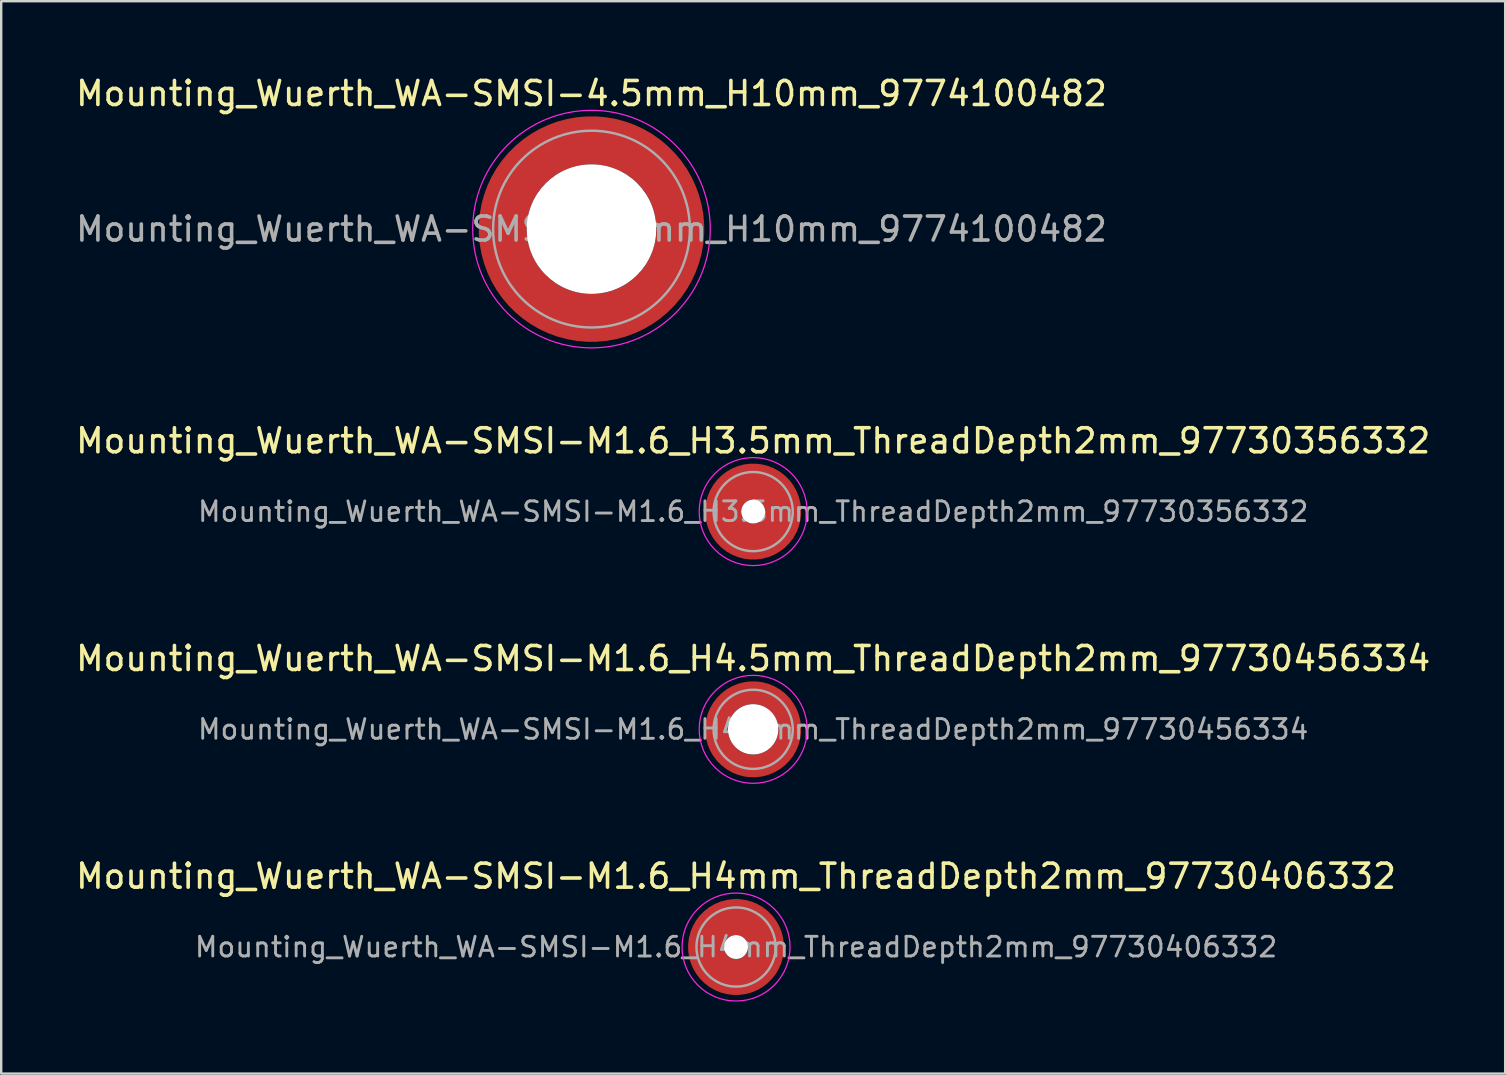
<source format=kicad_pcb>
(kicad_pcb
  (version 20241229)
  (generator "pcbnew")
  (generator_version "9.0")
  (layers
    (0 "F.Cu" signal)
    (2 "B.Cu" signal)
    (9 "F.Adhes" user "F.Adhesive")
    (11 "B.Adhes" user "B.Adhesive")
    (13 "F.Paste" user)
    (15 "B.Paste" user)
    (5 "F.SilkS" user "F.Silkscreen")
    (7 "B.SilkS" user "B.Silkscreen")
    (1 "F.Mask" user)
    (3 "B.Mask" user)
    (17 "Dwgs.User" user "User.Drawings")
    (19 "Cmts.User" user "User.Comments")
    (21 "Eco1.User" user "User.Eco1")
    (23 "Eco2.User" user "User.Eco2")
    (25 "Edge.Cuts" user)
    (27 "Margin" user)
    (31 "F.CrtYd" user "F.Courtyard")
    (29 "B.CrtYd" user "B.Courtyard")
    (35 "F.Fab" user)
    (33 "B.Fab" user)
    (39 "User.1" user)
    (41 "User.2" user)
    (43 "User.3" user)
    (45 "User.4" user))
  (footprint "Mounting_Wuerth_WA-SMSI-M1.6_H3.5mm_ThreadDepth2mm_97730356332"
    (layer "F.Cu")
    (at 28.339 18.271)
    (property "Reference" "Mounting_Wuerth_WA-SMSI-M1.6_H3.5mm_ThreadDepth2mm_97730356332" (at 0 -2.95 0) (layer "F.SilkS") (effects (font (size 1 1) (thickness 0.15))))
    (attr smd)
    (fp_circle (center 0 0) (end 2.25 0) (stroke (width 0.05) (type solid)) (fill no) (layer "F.CrtYd"))
    (fp_circle (center 0 0) (end 1.65 0) (stroke (width 0.1) (type solid)) (fill no) (layer "F.Fab"))
    (fp_text user "${REFERENCE}" (at 0 0 0) (layer "F.Fab") (effects (font (size 0.82 0.82) (thickness 0.12))))
    (pad "" smd custom (at 0 -1.25) (size 0.9 0.9) (layers "F.Paste") (options (anchor circle)) (primitives (gr_arc (start -0.259808 0.6) (mid -0.00045 0.55) (end 0.258972 0.599667) (width 0.2)) (gr_arc (start -0.466369 0.6) (mid -0.000127 0.45) (end 0.466163 0.599852) (width 0.2)) (gr_arc (start -0.622495 0.6) (mid -0.000185 0.35) (end 0.622228 0.599745) (width 0.2)) (gr_arc (start -0.759934 0.6) (mid -0.000146 0.25) (end 0.759744 0.599777) (width 0.2)) (gr_arc (start -0.887412 0.6) (mid -0.000546 0.15) (end 0.886766 0.599119) (width 0.2)) (gr_arc (start -1.008712 0.6) (mid -0.000059 0.05) (end 1.008648 0.5999) (width 0.2)) (gr_arc (start -1.125833 0.6) (mid -0.001134 -0.049999) (end 1.124697 0.598036) (width 0.2)) (gr_arc (start -1.23996 0.6) (mid -0.00088 -0.15) (end 1.239142 0.598442) (width 0.2)) (gr_arc (start -1.351851 0.6) (mid -0.000542 -0.25) (end 1.351381 0.599023) (width 0.2)) (gr_arc (start -1.462019 0.6) (mid -0.000852 -0.35) (end 1.461326 0.598443) (width 0.2)) (gr_arc (start -1.570828 0.6) (mid -0.000608 -0.45) (end 1.570363 0.598876) (width 0.2)) (gr_arc (start -1.678541 0.6) (mid -0.000991 -0.55) (end 1.677824 0.598152) (width 0.2)) (gr_line (start 0.26 0.6) (end 1.679 0.6) (width 0.2)) (gr_line (start -0.26 0.6) (end -1.679 0.6) (width 0.2))))
    (pad "" np_thru_hole circle (at 0 0) (size 1 1) (drill 1) (layers "*.Cu" "*.Mask"))
    (pad "" smd custom (at 0 1.25) (size 0.9 0.9) (layers "F.Paste") (options (anchor circle)) (primitives (gr_arc (start 0.259808 -0.6) (mid 0.00045 -0.55) (end -0.258972 -0.599667) (width 0.2)) (gr_arc (start 0.466369 -0.6) (mid 0.000127 -0.45) (end -0.466163 -0.599852) (width 0.2)) (gr_arc (start 0.622495 -0.6) (mid 0.000185 -0.35) (end -0.622228 -0.599745) (width 0.2)) (gr_arc (start 0.759934 -0.6) (mid 0.000146 -0.25) (end -0.759744 -0.599777) (width 0.2)) (gr_arc (start 0.887412 -0.6) (mid 0.000546 -0.15) (end -0.886766 -0.599119) (width 0.2)) (gr_arc (start 1.008712 -0.6) (mid 0.000059 -0.05) (end -1.008648 -0.5999) (width 0.2)) (gr_arc (start 1.125833 -0.6) (mid 0.001134 0.049999) (end -1.124697 -0.598036) (width 0.2)) (gr_arc (start 1.23996 -0.6) (mid 0.00088 0.15) (end -1.239142 -0.598442) (width 0.2)) (gr_arc (start 1.351851 -0.6) (mid 0.000542 0.25) (end -1.351381 -0.599023) (width 0.2)) (gr_arc (start 1.462019 -0.6) (mid 0.000852 0.35) (end -1.461326 -0.598443) (width 0.2)) (gr_arc (start 1.570828 -0.6) (mid 0.000608 0.45) (end -1.570363 -0.598876) (width 0.2)) (gr_arc (start 1.678541 -0.6) (mid 0.000991 0.55) (end -1.677824 -0.598152) (width 0.2)) (gr_line (start -0.26 -0.6) (end -1.679 -0.6) (width 0.2)) (gr_line (start 0.26 -0.6) (end 1.679 -0.6) (width 0.2))))
    (pad "1" smd circle (at -1.25 0) (size 1.1 1.1) (layers "F.Cu"))
    (pad "1" smd circle (at 0 -1.25) (size 1.1 1.1) (layers "F.Cu"))
    (pad "1" smd circle (at 0 1.25) (size 1.1 1.1) (layers "F.Cu"))
    (pad "1" smd custom (at 1.25 0) (size 1.1 1.1) (layers "F.Cu" "F.Mask") (options (anchor circle)) (primitives (gr_circle (center -1.25 0) (end 0 0) (width 1.5) (fill no)))))
  (footprint "Mounting_Wuerth_WA-SMSI-4.5mm_H10mm_9774100482"
    (layer "F.Cu")
    (at 21.601 6.498)
    (property "Reference" "Mounting_Wuerth_WA-SMSI-4.5mm_H10mm_9774100482" (at 0 -5.65 0) (layer "F.SilkS") (effects (font (size 1 1) (thickness 0.15))))
    (attr smd)
    (fp_circle (center 0 0) (end 4.95 0) (stroke (width 0.05) (type solid)) (fill no) (layer "F.CrtYd"))
    (fp_circle (center 0 0) (end 4.1 0) (stroke (width 0.1) (type solid)) (fill no) (layer "F.Fab"))
    (fp_text user "${REFERENCE}" (at 0 0 0) (layer "F.Fab") (effects (font (size 1 1) (thickness 0.15))))
    (pad "" smd custom (at -2.607 -2.607) (size 1.495 1.495) (layers "F.Paste") (options (anchor circle)) (primitives (gr_arc (start -0.188183 2.107456) (mid 0.598928 0.599619) (end 2.106494 -0.188011) (width 0.2)) (gr_arc (start -0.289416 2.107456) (mid 0.528508 0.529033) (end 2.106724 -0.28929) (width 0.2)) (gr_arc (start -0.390547 2.107456) (mid 0.457087 0.459449) (end 2.104161 -0.389996) (width 0.2)) (gr_arc (start -0.491585 2.107456) (mid 0.386415 0.389116) (end 2.103685 -0.490974) (width 0.2)) (gr_arc (start -0.59254 2.107456) (mid 0.31649 0.318035) (end 2.105297 -0.592202) (width 0.2)) (gr_arc (start -0.693419 2.107456) (mid 0.245252 0.248268) (end 2.103239 -0.692777) (width 0.2)) (gr_arc (start -0.794229 2.107456) (mid 0.174636 0.177878) (end 2.102921 -0.793559) (width 0.2)) (gr_arc (start -0.894975 2.107456) (mid 0.104643 0.106866) (end 2.104343 -0.894529) (width 0.2)) (gr_arc (start -0.995664 2.107456) (mid 0.033026 0.037479) (end 2.101219 -0.994793) (width 0.2)) (gr_arc (start -1.0963 2.107456) (mid -0.035789 -0.034714) (end 2.105949 -1.096096) (width 0.2)) (gr_arc (start -1.196886 2.107456) (mid -0.106351 -0.105157) (end 2.105783 -1.196666) (width 0.2)) (gr_arc (start -1.297427 2.107456) (mid -0.176416 -0.176097) (end 2.107009 -1.29737) (width 0.2)) (gr_arc (start -1.397927 2.107456) (mid -0.248476 -0.245042) (end 2.102638 -1.397323) (width 0.2)) (gr_arc (start -1.498388 2.107456) (mid -0.317612 -0.316913) (end 2.106475 -1.498268) (width 0.2)) (gr_arc (start -1.598813 2.107456) (mid -0.388865 -0.386665) (end 2.104366 -1.598444) (width 0.2)) (gr_arc (start -1.699204 2.107456) (mid -0.459747 -0.456787) (end 2.103299 -1.698719) (width 0.2)) (gr_arc (start -1.799565 2.107456) (mid -0.530257 -0.527283) (end 2.103277 -1.799089) (width 0.2)) (gr_arc (start -1.899896 2.107456) (mid -0.600396 -0.59815) (end 2.104299 -1.899545) (width 0.2)) (gr_arc (start -1.899896 2.107456) (mid -0.600396 -0.59815) (end 2.104299 -1.899545) (width 0.2)) (gr_line (start 2.107 -0.188) (end 2.107 -1.9) (width 0.2)) (gr_line (start -0.188 2.107) (end -1.9 2.107) (width 0.2))))
    (pad "" smd custom (at -2.607 2.607) (size 1.495 1.495) (layers "F.Paste") (options (anchor circle)) (primitives (gr_arc (start 2.107456 0.188183) (mid 0.599619 -0.598928) (end -0.188011 -2.106494) (width 0.2)) (gr_arc (start 2.107456 0.289416) (mid 0.529033 -0.528508) (end -0.28929 -2.106724) (width 0.2)) (gr_arc (start 2.107456 0.390547) (mid 0.459449 -0.457087) (end -0.389996 -2.104161) (width 0.2)) (gr_arc (start 2.107456 0.491585) (mid 0.389116 -0.386415) (end -0.490974 -2.103685) (width 0.2)) (gr_arc (start 2.107456 0.59254) (mid 0.318035 -0.31649) (end -0.592202 -2.105297) (width 0.2)) (gr_arc (start 2.107456 0.693419) (mid 0.248268 -0.245252) (end -0.692777 -2.103239) (width 0.2)) (gr_arc (start 2.107456 0.794229) (mid 0.177878 -0.174636) (end -0.793559 -2.102921) (width 0.2)) (gr_arc (start 2.107456 0.894975) (mid 0.106866 -0.104643) (end -0.894529 -2.104343) (width 0.2)) (gr_arc (start 2.107456 0.995664) (mid 0.037479 -0.033026) (end -0.994793 -2.101219) (width 0.2)) (gr_arc (start 2.107456 1.0963) (mid -0.034714 0.035789) (end -1.096096 -2.105949) (width 0.2)) (gr_arc (start 2.107456 1.196886) (mid -0.105157 0.106351) (end -1.196666 -2.105783) (width 0.2)) (gr_arc (start 2.107456 1.297427) (mid -0.176097 0.176416) (end -1.29737 -2.107009) (width 0.2)) (gr_arc (start 2.107456 1.397927) (mid -0.245042 0.248476) (end -1.397323 -2.102638) (width 0.2)) (gr_arc (start 2.107456 1.498388) (mid -0.316913 0.317612) (end -1.498268 -2.106475) (width 0.2)) (gr_arc (start 2.107456 1.598813) (mid -0.386665 0.388865) (end -1.598444 -2.104366) (width 0.2)) (gr_arc (start 2.107456 1.699204) (mid -0.456787 0.459747) (end -1.698719 -2.103299) (width 0.2)) (gr_arc (start 2.107456 1.799565) (mid -0.527283 0.530257) (end -1.799089 -2.103277) (width 0.2)) (gr_arc (start 2.107456 1.899896) (mid -0.59815 0.600396) (end -1.899545 -2.104299) (width 0.2)) (gr_arc (start 2.107456 1.899896) (mid -0.59815 0.600396) (end -1.899545 -2.104299) (width 0.2)) (gr_line (start -0.188 -2.107) (end -1.9 -2.107) (width 0.2)) (gr_line (start 2.107 0.188) (end 2.107 1.9) (width 0.2))))
    (pad "" np_thru_hole circle (at 0 0) (size 5.4 5.4) (drill 5.4) (layers "*.Cu" "*.Mask"))
    (pad "" smd custom (at 2.607 -2.607) (size 1.495 1.495) (layers "F.Paste") (options (anchor circle)) (primitives (gr_arc (start -2.107456 -0.188183) (mid -0.599619 0.598928) (end 0.188011 2.106494) (width 0.2)) (gr_arc (start -2.107456 -0.289416) (mid -0.529033 0.528508) (end 0.28929 2.106724) (width 0.2)) (gr_arc (start -2.107456 -0.390547) (mid -0.459449 0.457087) (end 0.389996 2.104161) (width 0.2)) (gr_arc (start -2.107456 -0.491585) (mid -0.389116 0.386415) (end 0.490974 2.103685) (width 0.2)) (gr_arc (start -2.107456 -0.59254) (mid -0.318035 0.31649) (end 0.592202 2.105297) (width 0.2)) (gr_arc (start -2.107456 -0.693419) (mid -0.248268 0.245252) (end 0.692777 2.103239) (width 0.2)) (gr_arc (start -2.107456 -0.794229) (mid -0.177878 0.174636) (end 0.793559 2.102921) (width 0.2)) (gr_arc (start -2.107456 -0.894975) (mid -0.106866 0.104643) (end 0.894529 2.104343) (width 0.2)) (gr_arc (start -2.107456 -0.995664) (mid -0.037479 0.033026) (end 0.994793 2.101219) (width 0.2)) (gr_arc (start -2.107456 -1.0963) (mid 0.034714 -0.035789) (end 1.096096 2.105949) (width 0.2)) (gr_arc (start -2.107456 -1.196886) (mid 0.105157 -0.106351) (end 1.196666 2.105783) (width 0.2)) (gr_arc (start -2.107456 -1.297427) (mid 0.176097 -0.176416) (end 1.29737 2.107009) (width 0.2)) (gr_arc (start -2.107456 -1.397927) (mid 0.245042 -0.248476) (end 1.397323 2.102638) (width 0.2)) (gr_arc (start -2.107456 -1.498388) (mid 0.316913 -0.317612) (end 1.498268 2.106475) (width 0.2)) (gr_arc (start -2.107456 -1.598813) (mid 0.386665 -0.388865) (end 1.598444 2.104366) (width 0.2)) (gr_arc (start -2.107456 -1.699204) (mid 0.456787 -0.459747) (end 1.698719 2.103299) (width 0.2)) (gr_arc (start -2.107456 -1.799565) (mid 0.527283 -0.530257) (end 1.799089 2.103277) (width 0.2)) (gr_arc (start -2.107456 -1.899896) (mid 0.59815 -0.600396) (end 1.899545 2.104299) (width 0.2)) (gr_arc (start -2.107456 -1.899896) (mid 0.59815 -0.600396) (end 1.899545 2.104299) (width 0.2)) (gr_line (start 0.188 2.107) (end 1.9 2.107) (width 0.2)) (gr_line (start -2.107 -0.188) (end -2.107 -1.9) (width 0.2))))
    (pad "" smd custom (at 2.607 2.607) (size 1.495 1.495) (layers "F.Paste") (options (anchor circle)) (primitives (gr_arc (start 0.188183 -2.107456) (mid -0.598928 -0.599619) (end -2.106494 0.188011) (width 0.2)) (gr_arc (start 0.289416 -2.107456) (mid -0.528508 -0.529033) (end -2.106724 0.28929) (width 0.2)) (gr_arc (start 0.390547 -2.107456) (mid -0.457087 -0.459449) (end -2.104161 0.389996) (width 0.2)) (gr_arc (start 0.491585 -2.107456) (mid -0.386415 -0.389116) (end -2.103685 0.490974) (width 0.2)) (gr_arc (start 0.59254 -2.107456) (mid -0.31649 -0.318035) (end -2.105297 0.592202) (width 0.2)) (gr_arc (start 0.693419 -2.107456) (mid -0.245252 -0.248268) (end -2.103239 0.692777) (width 0.2)) (gr_arc (start 0.794229 -2.107456) (mid -0.174636 -0.177878) (end -2.102921 0.793559) (width 0.2)) (gr_arc (start 0.894975 -2.107456) (mid -0.104643 -0.106866) (end -2.104343 0.894529) (width 0.2)) (gr_arc (start 0.995664 -2.107456) (mid -0.033026 -0.037479) (end -2.101219 0.994793) (width 0.2)) (gr_arc (start 1.0963 -2.107456) (mid 0.035789 0.034714) (end -2.105949 1.096096) (width 0.2)) (gr_arc (start 1.196886 -2.107456) (mid 0.106351 0.105157) (end -2.105783 1.196666) (width 0.2)) (gr_arc (start 1.297427 -2.107456) (mid 0.176416 0.176097) (end -2.107009 1.29737) (width 0.2)) (gr_arc (start 1.397927 -2.107456) (mid 0.248476 0.245042) (end -2.102638 1.397323) (width 0.2)) (gr_arc (start 1.498388 -2.107456) (mid 0.317612 0.316913) (end -2.106475 1.498268) (width 0.2)) (gr_arc (start 1.598813 -2.107456) (mid 0.388865 0.386665) (end -2.104366 1.598444) (width 0.2)) (gr_arc (start 1.699204 -2.107456) (mid 0.459747 0.456787) (end -2.103299 1.698719) (width 0.2)) (gr_arc (start 1.799565 -2.107456) (mid 0.530257 0.527283) (end -2.103277 1.799089) (width 0.2)) (gr_arc (start 1.899896 -2.107456) (mid 0.600396 0.59815) (end -2.104299 1.899545) (width 0.2)) (gr_arc (start 1.899896 -2.107456) (mid 0.600396 0.59815) (end -2.104299 1.899545) (width 0.2)) (gr_line (start -2.107 0.188) (end -2.107 1.9) (width 0.2)) (gr_line (start 0.188 -2.107) (end 1.9 -2.107) (width 0.2))))
    (pad "1" smd circle (at -3.7 0) (size 1.6 1.6) (layers "F.Cu"))
    (pad "1" smd circle (at 0 -3.7) (size 1.6 1.6) (layers "F.Cu"))
    (pad "1" smd circle (at 0 3.7) (size 1.6 1.6) (layers "F.Cu"))
    (pad "1" smd custom (at 3.7 0) (size 1.6 1.6) (layers "F.Cu" "F.Mask") (options (anchor circle)) (primitives (gr_circle (center -3.7 0) (end 0 0) (width 2) (fill no)))))
  (footprint "Mounting_Wuerth_WA-SMSI-M1.6_H4mm_ThreadDepth2mm_97730406332"
    (layer "F.Cu")
    (at 27.625 36.418)
    (property "Reference" "Mounting_Wuerth_WA-SMSI-M1.6_H4mm_ThreadDepth2mm_97730406332" (at 0 -2.95 0) (layer "F.SilkS") (effects (font (size 1 1) (thickness 0.15))))
    (attr smd)
    (fp_circle (center 0 0) (end 2.25 0) (stroke (width 0.05) (type solid)) (fill no) (layer "F.CrtYd"))
    (fp_circle (center 0 0) (end 1.65 0) (stroke (width 0.1) (type solid)) (fill no) (layer "F.Fab"))
    (fp_text user "${REFERENCE}" (at 0 0 0) (layer "F.Fab") (effects (font (size 0.82 0.82) (thickness 0.12))))
    (pad "" smd custom (at 0 -1.25) (size 0.9 0.9) (layers "F.Paste") (options (anchor circle)) (primitives (gr_arc (start -0.259808 0.6) (mid -0.00045 0.55) (end 0.258972 0.599667) (width 0.2)) (gr_arc (start -0.466369 0.6) (mid -0.000127 0.45) (end 0.466163 0.599852) (width 0.2)) (gr_arc (start -0.622495 0.6) (mid -0.000185 0.35) (end 0.622228 0.599745) (width 0.2)) (gr_arc (start -0.759934 0.6) (mid -0.000146 0.25) (end 0.759744 0.599777) (width 0.2)) (gr_arc (start -0.887412 0.6) (mid -0.000546 0.15) (end 0.886766 0.599119) (width 0.2)) (gr_arc (start -1.008712 0.6) (mid -0.000059 0.05) (end 1.008648 0.5999) (width 0.2)) (gr_arc (start -1.125833 0.6) (mid -0.001134 -0.049999) (end 1.124697 0.598036) (width 0.2)) (gr_arc (start -1.23996 0.6) (mid -0.00088 -0.15) (end 1.239142 0.598442) (width 0.2)) (gr_arc (start -1.351851 0.6) (mid -0.000542 -0.25) (end 1.351381 0.599023) (width 0.2)) (gr_arc (start -1.462019 0.6) (mid -0.000852 -0.35) (end 1.461326 0.598443) (width 0.2)) (gr_arc (start -1.570828 0.6) (mid -0.000608 -0.45) (end 1.570363 0.598876) (width 0.2)) (gr_arc (start -1.678541 0.6) (mid -0.000991 -0.55) (end 1.677824 0.598152) (width 0.2)) (gr_line (start 0.26 0.6) (end 1.679 0.6) (width 0.2)) (gr_line (start -0.26 0.6) (end -1.679 0.6) (width 0.2))))
    (pad "" np_thru_hole circle (at 0 0) (size 1 1) (drill 1) (layers "*.Cu" "*.Mask"))
    (pad "" smd custom (at 0 1.25) (size 0.9 0.9) (layers "F.Paste") (options (anchor circle)) (primitives (gr_arc (start 0.259808 -0.6) (mid 0.00045 -0.55) (end -0.258972 -0.599667) (width 0.2)) (gr_arc (start 0.466369 -0.6) (mid 0.000127 -0.45) (end -0.466163 -0.599852) (width 0.2)) (gr_arc (start 0.622495 -0.6) (mid 0.000185 -0.35) (end -0.622228 -0.599745) (width 0.2)) (gr_arc (start 0.759934 -0.6) (mid 0.000146 -0.25) (end -0.759744 -0.599777) (width 0.2)) (gr_arc (start 0.887412 -0.6) (mid 0.000546 -0.15) (end -0.886766 -0.599119) (width 0.2)) (gr_arc (start 1.008712 -0.6) (mid 0.000059 -0.05) (end -1.008648 -0.5999) (width 0.2)) (gr_arc (start 1.125833 -0.6) (mid 0.001134 0.049999) (end -1.124697 -0.598036) (width 0.2)) (gr_arc (start 1.23996 -0.6) (mid 0.00088 0.15) (end -1.239142 -0.598442) (width 0.2)) (gr_arc (start 1.351851 -0.6) (mid 0.000542 0.25) (end -1.351381 -0.599023) (width 0.2)) (gr_arc (start 1.462019 -0.6) (mid 0.000852 0.35) (end -1.461326 -0.598443) (width 0.2)) (gr_arc (start 1.570828 -0.6) (mid 0.000608 0.45) (end -1.570363 -0.598876) (width 0.2)) (gr_arc (start 1.678541 -0.6) (mid 0.000991 0.55) (end -1.677824 -0.598152) (width 0.2)) (gr_line (start -0.26 -0.6) (end -1.679 -0.6) (width 0.2)) (gr_line (start 0.26 -0.6) (end 1.679 -0.6) (width 0.2))))
    (pad "1" smd circle (at -1.25 0) (size 1.1 1.1) (layers "F.Cu"))
    (pad "1" smd circle (at 0 -1.25) (size 1.1 1.1) (layers "F.Cu"))
    (pad "1" smd circle (at 0 1.25) (size 1.1 1.1) (layers "F.Cu"))
    (pad "1" smd custom (at 1.25 0) (size 1.1 1.1) (layers "F.Cu" "F.Mask") (options (anchor circle)) (primitives (gr_circle (center -1.25 0) (end 0 0) (width 1.5) (fill no)))))
  (footprint "Mounting_Wuerth_WA-SMSI-M1.6_H4.5mm_ThreadDepth2mm_97730456334"
    (layer "F.Cu")
    (at 28.339 27.345)
    (property "Reference" "Mounting_Wuerth_WA-SMSI-M1.6_H4.5mm_ThreadDepth2mm_97730456334" (at 0 -2.95 0) (layer "F.SilkS") (effects (font (size 1 1) (thickness 0.15))))
    (attr smd)
    (fp_circle (center 0 0) (end 2.25 0) (stroke (width 0.05) (type solid)) (fill no) (layer "F.CrtYd"))
    (fp_circle (center 0 0) (end 1.65 0) (stroke (width 0.1) (type solid)) (fill no) (layer "F.Fab"))
    (fp_text user "${REFERENCE}" (at 0 0 0) (layer "F.Fab") (effects (font (size 0.82 0.82) (thickness 0.12))))
    (pad "" smd custom (at -1.061 -1.061) (size 0.4 0.4) (layers "F.Paste") (options (anchor circle)) (primitives (gr_arc (start -0.101235 0.76066) (mid 0.211799 0.212465) (end 0.759748 -0.100999) (width 0.2)) (gr_arc (start -0.204251 0.76066) (mid 0.141299 0.141544) (end 0.760323 -0.204171) (width 0.2)) (gr_arc (start -0.306819 0.76066) (mid 0.070255 0.071167) (end 0.759401 -0.306542) (width 0.2)) (gr_arc (start -0.409034 0.76066) (mid -0.000242 0.000241) (end 0.759991 -0.408897) (width 0.2)) (gr_arc (start -0.510963 0.76066) (mid -0.071561 -0.06986) (end 0.758297 -0.51051) (width 0.2)) (gr_arc (start -0.61266 0.76066) (mid -0.142171 -0.140671) (end 0.758572 -0.612284) (width 0.2)) (gr_arc (start -0.714164 0.76066) (mid -0.212264 -0.212) (end 0.760292 -0.714102) (width 0.2)) (gr_line (start 0.761 -0.101) (end 0.761 -0.714) (width 0.2)) (gr_line (start -0.101 0.761) (end -0.714 0.761) (width 0.2))))
    (pad "" smd custom (at -1.061 1.061) (size 0.4 0.4) (layers "F.Paste") (options (anchor circle)) (primitives (gr_arc (start 0.76066 0.101235) (mid 0.212465 -0.211799) (end -0.100999 -0.759748) (width 0.2)) (gr_arc (start 0.76066 0.204251) (mid 0.141544 -0.141299) (end -0.204171 -0.760323) (width 0.2)) (gr_arc (start 0.76066 0.306819) (mid 0.071167 -0.070255) (end -0.306542 -0.759401) (width 0.2)) (gr_arc (start 0.76066 0.409034) (mid 0.000241 0.000242) (end -0.408897 -0.759991) (width 0.2)) (gr_arc (start 0.76066 0.510963) (mid -0.06986 0.071561) (end -0.51051 -0.758297) (width 0.2)) (gr_arc (start 0.76066 0.61266) (mid -0.140671 0.142171) (end -0.612284 -0.758572) (width 0.2)) (gr_arc (start 0.76066 0.714164) (mid -0.212 0.212264) (end -0.714102 -0.760292) (width 0.2)) (gr_line (start -0.101 -0.761) (end -0.714 -0.761) (width 0.2)) (gr_line (start 0.761 0.101) (end 0.761 0.714) (width 0.2))))
    (pad "" np_thru_hole circle (at 0 0) (size 2.1 2.1) (drill 2.1) (layers "*.Cu" "*.Mask"))
    (pad "" smd custom (at 1.061 -1.061) (size 0.4 0.4) (layers "F.Paste") (options (anchor circle)) (primitives (gr_arc (start -0.76066 -0.101235) (mid -0.212465 0.211799) (end 0.100999 0.759748) (width 0.2)) (gr_arc (start -0.76066 -0.204251) (mid -0.141544 0.141299) (end 0.204171 0.760323) (width 0.2)) (gr_arc (start -0.76066 -0.306819) (mid -0.071167 0.070255) (end 0.306542 0.759401) (width 0.2)) (gr_arc (start -0.76066 -0.409034) (mid -0.000241 -0.000242) (end 0.408897 0.759991) (width 0.2)) (gr_arc (start -0.76066 -0.510963) (mid 0.06986 -0.071561) (end 0.51051 0.758297) (width 0.2)) (gr_arc (start -0.76066 -0.61266) (mid 0.140671 -0.142171) (end 0.612284 0.758572) (width 0.2)) (gr_arc (start -0.76066 -0.714164) (mid 0.212 -0.212264) (end 0.714102 0.760292) (width 0.2)) (gr_line (start 0.101 0.761) (end 0.714 0.761) (width 0.2)) (gr_line (start -0.761 -0.101) (end -0.761 -0.714) (width 0.2))))
    (pad "" smd custom (at 1.061 1.061) (size 0.4 0.4) (layers "F.Paste") (options (anchor circle)) (primitives (gr_arc (start 0.101235 -0.76066) (mid -0.211799 -0.212465) (end -0.759748 0.100999) (width 0.2)) (gr_arc (start 0.204251 -0.76066) (mid -0.141299 -0.141544) (end -0.760323 0.204171) (width 0.2)) (gr_arc (start 0.306819 -0.76066) (mid -0.070255 -0.071167) (end -0.759401 0.306542) (width 0.2)) (gr_arc (start 0.409034 -0.76066) (mid 0.000242 -0.000241) (end -0.759991 0.408897) (width 0.2)) (gr_arc (start 0.510963 -0.76066) (mid 0.071561 0.06986) (end -0.758297 0.51051) (width 0.2)) (gr_arc (start 0.61266 -0.76066) (mid 0.142171 0.140671) (end -0.758572 0.612284) (width 0.2)) (gr_arc (start 0.714164 -0.76066) (mid 0.212264 0.212) (end -0.760292 0.714102) (width 0.2)) (gr_line (start -0.761 0.101) (end -0.761 0.714) (width 0.2)) (gr_line (start 0.101 -0.761) (end 0.714 -0.761) (width 0.2))))
    (pad "1" smd circle (at -1.525 0) (size 0.55 0.55) (layers "F.Cu"))
    (pad "1" smd circle (at 0 -1.525) (size 0.55 0.55) (layers "F.Cu"))
    (pad "1" smd circle (at 0 1.525) (size 0.55 0.55) (layers "F.Cu"))
    (pad "1" smd custom (at 1.525 0) (size 0.55 0.55) (layers "F.Cu" "F.Mask") (options (anchor circle)) (primitives (gr_circle (center -1.525 0) (end 0 0) (width 0.95) (fill no)))))
  (gr_rect
    (start -3 -3)
    (end 59.679 41.693)
    (stroke (width 0.1) (type default))
    (fill no)
    (layer "Edge.Cuts")))
</source>
